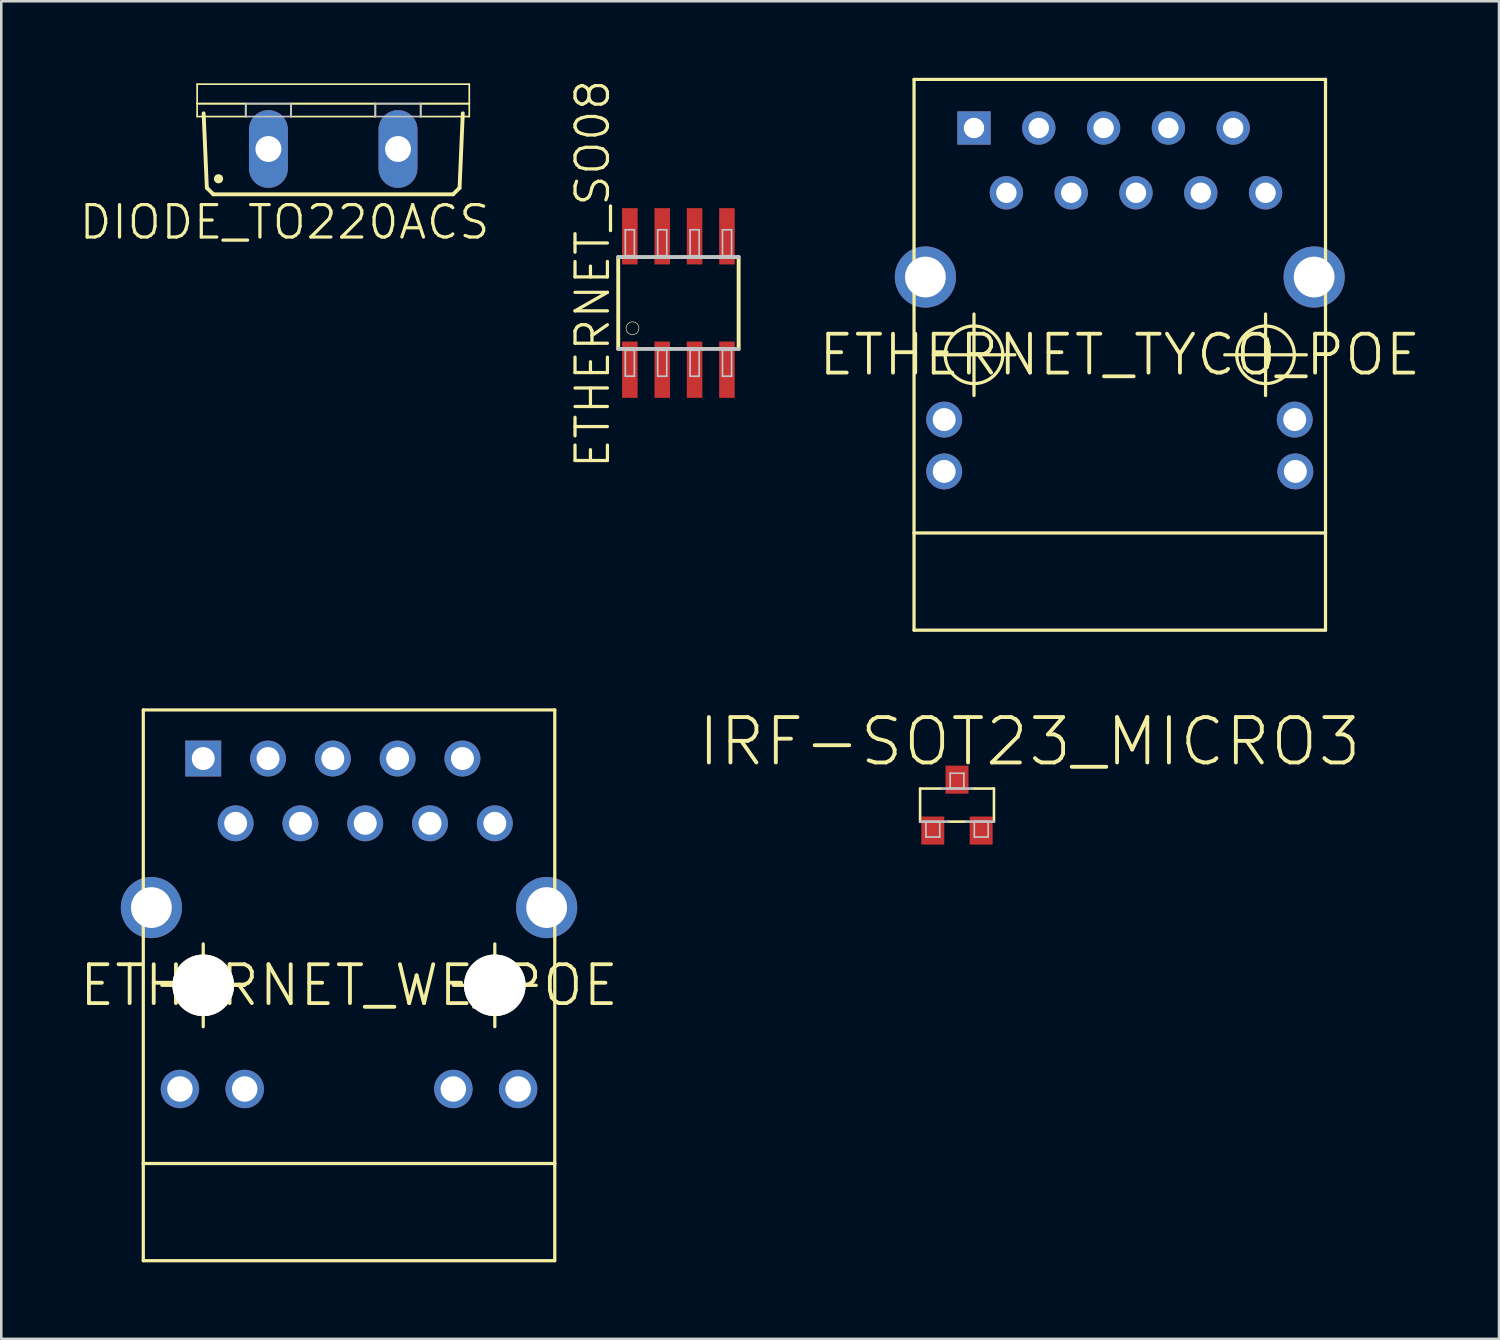
<source format=kicad_pcb>
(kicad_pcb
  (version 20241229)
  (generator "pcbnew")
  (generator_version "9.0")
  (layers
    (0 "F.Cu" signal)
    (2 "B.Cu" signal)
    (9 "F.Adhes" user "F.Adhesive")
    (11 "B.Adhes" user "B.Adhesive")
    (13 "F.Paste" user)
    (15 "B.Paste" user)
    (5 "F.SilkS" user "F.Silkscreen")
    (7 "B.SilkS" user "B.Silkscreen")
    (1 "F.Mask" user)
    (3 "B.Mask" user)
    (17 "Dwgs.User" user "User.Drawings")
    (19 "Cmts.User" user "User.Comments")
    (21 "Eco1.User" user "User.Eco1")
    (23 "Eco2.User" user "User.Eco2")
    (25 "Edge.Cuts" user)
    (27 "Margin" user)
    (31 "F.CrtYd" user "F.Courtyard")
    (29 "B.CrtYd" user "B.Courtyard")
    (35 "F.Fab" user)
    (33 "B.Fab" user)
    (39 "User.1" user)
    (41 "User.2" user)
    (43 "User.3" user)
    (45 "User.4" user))
  (footprint "ETHERNET_WE_POE"
    (layer "F.Cu")
    (at 10.632 35.575)
    (property "Reference" "ETHERNET_WE_POE" (at 0 0 0) (layer "F.SilkS") (effects (font (size 1.524 1.524) (thickness 0.15))))
    (attr exclude_from_pos_files exclude_from_bom)
    (fp_line (start -8.065 -10.795) (end -8.065 6.985) (stroke (width 0.127) (type solid)) (layer "F.SilkS"))
    (fp_line (start -8.065 6.985) (end -8.065 10.795) (stroke (width 0.127) (type solid)) (layer "F.SilkS"))
    (fp_line (start -8.065 10.795) (end 8.065 10.795) (stroke (width 0.127) (type solid)) (layer "F.SilkS"))
    (fp_line (start -7.338 0) (end -4.089 0) (stroke (width 0.127) (type solid)) (layer "F.SilkS"))
    (fp_line (start -5.715 1.623) (end -5.715 -1.623) (stroke (width 0.127) (type solid)) (layer "F.SilkS"))
    (fp_line (start 4.089 0) (end 7.338 0) (stroke (width 0.127) (type solid)) (layer "F.SilkS"))
    (fp_line (start 5.715 1.623) (end 5.715 -1.623) (stroke (width 0.127) (type solid)) (layer "F.SilkS"))
    (fp_line (start 8.065 -10.795) (end -8.065 -10.795) (stroke (width 0.127) (type solid)) (layer "F.SilkS"))
    (fp_line (start 8.065 6.985) (end -8.065 6.985) (stroke (width 0.127) (type solid)) (layer "F.SilkS"))
    (fp_line (start 8.065 6.985) (end 8.065 -10.795) (stroke (width 0.127) (type solid)) (layer "F.SilkS"))
    (fp_line (start 8.065 10.795) (end 8.065 6.985) (stroke (width 0.127) (type solid)) (layer "F.SilkS"))
    (fp_circle (center -5.715 0) (end -6.525 0.81) (stroke (width 0.127) (type solid)) (fill no) (layer "F.SilkS"))
    (fp_circle (center 5.715 0) (end 6.525 0.81) (stroke (width 0.127) (type solid)) (fill no) (layer "F.SilkS"))
    (pad "" thru_hole circle (at 5.715 0) (size 2.41 2.41) (drill 2.4) (layers "*.Cu"))
    (pad "1" thru_hole rect (at -5.715 -8.89) (size 1.407 1.407) (drill 0.899) (layers "*.Cu" "*.Paste" "*.Mask"))
    (pad "2" thru_hole circle (at -4.445 -6.35) (size 1.407 1.407) (drill 0.899) (layers "*.Cu" "*.Paste" "*.Mask"))
    (pad "3" thru_hole circle (at -3.175 -8.89) (size 1.407 1.407) (drill 0.899) (layers "*.Cu" "*.Paste" "*.Mask"))
    (pad "4" thru_hole circle (at -1.905 -6.35) (size 1.407 1.407) (drill 0.899) (layers "*.Cu" "*.Paste" "*.Mask"))
    (pad "5" thru_hole circle (at -0.635 -8.89) (size 1.407 1.407) (drill 0.899) (layers "*.Cu" "*.Paste" "*.Mask"))
    (pad "6" thru_hole circle (at 0.635 -6.35) (size 1.407 1.407) (drill 0.899) (layers "*.Cu" "*.Paste" "*.Mask"))
    (pad "7" thru_hole circle (at 1.905 -8.89) (size 1.407 1.407) (drill 0.899) (layers "*.Cu" "*.Paste" "*.Mask"))
    (pad "8" thru_hole circle (at 3.175 -6.35) (size 1.407 1.407) (drill 0.899) (layers "*.Cu" "*.Paste" "*.Mask"))
    (pad "9" thru_hole circle (at 4.445 -8.89) (size 1.407 1.407) (drill 0.899) (layers "*.Cu" "*.Paste" "*.Mask"))
    (pad "10" thru_hole circle (at 5.715 -6.35) (size 1.407 1.407) (drill 0.899) (layers "*.Cu" "*.Paste" "*.Mask"))
    (pad "L1_N" thru_hole circle (at -4.089 4.064) (size 1.506 1.506) (drill 0.998) (layers "*.Cu" "*.Paste" "*.Mask"))
    (pad "L1_P" thru_hole circle (at -6.629 4.064) (size 1.506 1.506) (drill 0.998) (layers "*.Cu" "*.Paste" "*.Mask"))
    (pad "L2_N" thru_hole circle (at 6.629 4.064) (size 1.506 1.506) (drill 0.998) (layers "*.Cu" "*.Paste" "*.Mask"))
    (pad "L2_P" thru_hole circle (at 4.089 4.064) (size 1.506 1.506) (drill 0.998) (layers "*.Cu" "*.Paste" "*.Mask"))
    (pad "NC0" thru_hole circle (at -7.747 -3.048) (size 2.398 2.398) (drill 1.598) (layers "*.Cu" "*.Paste" "*.Mask"))
    (pad "NC1" thru_hole circle (at 7.747 -3.048) (size 2.398 2.398) (drill 1.598) (layers "*.Cu" "*.Paste" "*.Mask"))
    (pad "~" thru_hole circle (at -5.715 0) (size 2.41 2.41) (drill 2.4) (layers "*.Cu")))
  (footprint "ETHERNET_TYCO_POE"
    (layer "F.Cu")
    (at 40.846 10.858)
    (property "Reference" "ETHERNET_TYCO_POE" (at 0 0 0) (layer "F.SilkS") (effects (font (size 1.524 1.524) (thickness 0.15))))
    (attr exclude_from_pos_files exclude_from_bom)
    (fp_line (start -8.065 -10.795) (end -8.065 6.985) (stroke (width 0.127) (type solid)) (layer "F.SilkS"))
    (fp_line (start -8.065 6.985) (end -8.065 10.795) (stroke (width 0.127) (type solid)) (layer "F.SilkS"))
    (fp_line (start -8.065 10.795) (end 8.065 10.795) (stroke (width 0.127) (type solid)) (layer "F.SilkS"))
    (fp_line (start -7.313 0) (end -4.115 0) (stroke (width 0.127) (type solid)) (layer "F.SilkS"))
    (fp_line (start -5.715 1.598) (end -5.715 -1.598) (stroke (width 0.127) (type solid)) (layer "F.SilkS"))
    (fp_line (start 4.115 0) (end 7.313 0) (stroke (width 0.127) (type solid)) (layer "F.SilkS"))
    (fp_line (start 5.715 1.598) (end 5.715 -1.598) (stroke (width 0.127) (type solid)) (layer "F.SilkS"))
    (fp_line (start 8.065 -10.795) (end -8.065 -10.795) (stroke (width 0.127) (type solid)) (layer "F.SilkS"))
    (fp_line (start 8.065 6.985) (end -8.065 6.985) (stroke (width 0.127) (type solid)) (layer "F.SilkS"))
    (fp_line (start 8.065 6.985) (end 8.065 -10.795) (stroke (width 0.127) (type solid)) (layer "F.SilkS"))
    (fp_line (start 8.065 10.795) (end 8.065 6.985) (stroke (width 0.127) (type solid)) (layer "F.SilkS"))
    (fp_circle (center -5.715 0) (end -6.513 0.798) (stroke (width 0.127) (type solid)) (fill no) (layer "F.SilkS"))
    (fp_circle (center 5.715 0) (end 6.513 0.798) (stroke (width 0.127) (type solid)) (fill no) (layer "F.SilkS"))
    (pad "1" thru_hole rect (at -5.715 -8.89) (size 1.306 1.306) (drill 0.798) (layers "*.Cu" "*.Paste" "*.Mask"))
    (pad "2" thru_hole circle (at -4.445 -6.35) (size 1.306 1.306) (drill 0.798) (layers "*.Cu" "*.Paste" "*.Mask"))
    (pad "3" thru_hole circle (at -3.175 -8.89) (size 1.306 1.306) (drill 0.798) (layers "*.Cu" "*.Paste" "*.Mask"))
    (pad "4" thru_hole circle (at -1.905 -6.35) (size 1.306 1.306) (drill 0.798) (layers "*.Cu" "*.Paste" "*.Mask"))
    (pad "5" thru_hole circle (at -0.635 -8.89) (size 1.306 1.306) (drill 0.798) (layers "*.Cu" "*.Paste" "*.Mask"))
    (pad "6" thru_hole circle (at 0.635 -6.35) (size 1.306 1.306) (drill 0.798) (layers "*.Cu" "*.Paste" "*.Mask"))
    (pad "7" thru_hole circle (at 1.905 -8.89) (size 1.306 1.306) (drill 0.798) (layers "*.Cu" "*.Paste" "*.Mask"))
    (pad "8" thru_hole circle (at 3.175 -6.35) (size 1.306 1.306) (drill 0.798) (layers "*.Cu" "*.Paste" "*.Mask"))
    (pad "9" thru_hole circle (at 4.445 -8.89) (size 1.306 1.306) (drill 0.798) (layers "*.Cu" "*.Paste" "*.Mask"))
    (pad "10" thru_hole circle (at 5.715 -6.35) (size 1.306 1.306) (drill 0.798) (layers "*.Cu" "*.Paste" "*.Mask"))
    (pad "LED1" thru_hole circle (at -6.883 2.54) (size 1.407 1.407) (drill 0.899) (layers "*.Cu" "*.Paste" "*.Mask"))
    (pad "LED1" thru_hole circle (at -6.883 4.572) (size 1.407 1.407) (drill 0.899) (layers "*.Cu" "*.Paste" "*.Mask"))
    (pad "LED2" thru_hole circle (at 6.858 2.54) (size 1.407 1.407) (drill 0.899) (layers "*.Cu" "*.Paste" "*.Mask"))
    (pad "LED2" thru_hole circle (at 6.883 4.572) (size 1.407 1.407) (drill 0.899) (layers "*.Cu" "*.Paste" "*.Mask"))
    (pad "NC0" thru_hole circle (at -7.62 -3.048) (size 2.398 2.398) (drill 1.598) (layers "*.Cu" "*.Paste" "*.Mask"))
    (pad "NC1" thru_hole circle (at 7.62 -3.048) (size 2.398 2.398) (drill 1.598) (layers "*.Cu" "*.Paste" "*.Mask")))
  (footprint "DIODE_TO220ACS"
    (layer "F.Cu")
    (at 10.012 0.25)
    (property "Reference" "DIODE_TO220ACS" (at -1.905 5.41 0) (layer "F.SilkS") (effects (font (size 1.27 1.27) (thickness 0.127))))
    (attr exclude_from_pos_files exclude_from_bom)
    (fp_line (start -5.334 0) (end 5.334 0) (stroke (width 0.066) (type solid)) (layer "F.SilkS"))
    (fp_line (start -5.334 0.762) (end -5.334 0) (stroke (width 0.066) (type solid)) (layer "F.SilkS"))
    (fp_line (start -5.334 0.762) (end -3.429 0.762) (stroke (width 0.066) (type solid)) (layer "F.SilkS"))
    (fp_line (start -5.334 0.762) (end 5.334 0.762) (stroke (width 0.066) (type solid)) (layer "F.SilkS"))
    (fp_line (start -5.334 1.27) (end -5.334 0.762) (stroke (width 0.066) (type solid)) (layer "F.SilkS"))
    (fp_line (start -5.334 1.27) (end -3.429 1.27) (stroke (width 0.066) (type solid)) (layer "F.SilkS"))
    (fp_line (start -4.953 4.064) (end -5.08 1.143) (stroke (width 0.152) (type solid)) (layer "F.SilkS"))
    (fp_line (start -4.953 4.064) (end -4.699 4.318) (stroke (width 0.152) (type solid)) (layer "F.SilkS"))
    (fp_line (start -3.429 1.27) (end -3.429 0.762) (stroke (width 0.066) (type solid)) (layer "F.SilkS"))
    (fp_line (start -1.651 0.762) (end 1.651 0.762) (stroke (width 0.066) (type solid)) (layer "F.SilkS"))
    (fp_line (start -1.651 1.27) (end -1.651 0.762) (stroke (width 0.066) (type solid)) (layer "F.SilkS"))
    (fp_line (start -1.651 1.27) (end 1.651 1.27) (stroke (width 0.066) (type solid)) (layer "F.SilkS"))
    (fp_line (start 1.651 1.27) (end 1.651 0.762) (stroke (width 0.066) (type solid)) (layer "F.SilkS"))
    (fp_line (start 3.429 0.762) (end 5.334 0.762) (stroke (width 0.066) (type solid)) (layer "F.SilkS"))
    (fp_line (start 3.429 1.27) (end 3.429 0.762) (stroke (width 0.066) (type solid)) (layer "F.SilkS"))
    (fp_line (start 3.429 1.27) (end 5.334 1.27) (stroke (width 0.066) (type solid)) (layer "F.SilkS"))
    (fp_line (start 4.699 4.318) (end -4.699 4.318) (stroke (width 0.152) (type solid)) (layer "F.SilkS"))
    (fp_line (start 4.699 4.318) (end 4.953 4.064) (stroke (width 0.152) (type solid)) (layer "F.SilkS"))
    (fp_line (start 5.08 1.143) (end 4.953 4.064) (stroke (width 0.152) (type solid)) (layer "F.SilkS"))
    (fp_line (start 5.334 0.762) (end 5.334 0) (stroke (width 0.066) (type solid)) (layer "F.SilkS"))
    (fp_line (start 5.334 1.27) (end 5.334 0.762) (stroke (width 0.066) (type solid)) (layer "F.SilkS"))
    (fp_circle (center -4.496 3.708) (end -4.623 3.835) (stroke (width 0) (type solid)) (fill yes) (layer "F.SilkS"))
    (fp_line (start -3.429 0.762) (end -1.651 0.762) (stroke (width 0.066) (type solid)) (layer "Dwgs.User"))
    (fp_line (start -3.429 1.27) (end -3.429 0.762) (stroke (width 0.066) (type solid)) (layer "Dwgs.User"))
    (fp_line (start -3.429 1.27) (end -1.651 1.27) (stroke (width 0.066) (type solid)) (layer "Dwgs.User"))
    (fp_line (start -1.651 1.27) (end -1.651 0.762) (stroke (width 0.066) (type solid)) (layer "Dwgs.User"))
    (fp_line (start 1.651 0.762) (end 3.429 0.762) (stroke (width 0.066) (type solid)) (layer "Dwgs.User"))
    (fp_line (start 1.651 1.27) (end 1.651 0.762) (stroke (width 0.066) (type solid)) (layer "Dwgs.User"))
    (fp_line (start 1.651 1.27) (end 3.429 1.27) (stroke (width 0.066) (type solid)) (layer "Dwgs.User"))
    (fp_line (start 3.429 1.27) (end 3.429 0.762) (stroke (width 0.066) (type solid)) (layer "Dwgs.User"))
    (pad "A" thru_hole oval (at 2.54 2.54 180) (size 1.524 3.048) (drill 1.016) (layers "*.Cu" "*.Paste" "*.Mask"))
    (pad "C" thru_hole oval (at -2.54 2.54 180) (size 1.524 3.048) (drill 1.016) (layers "*.Cu" "*.Paste" "*.Mask")))
  (footprint "IRF-SOT23_MICRO3"
    (layer "F.Cu")
    (at 34.466 28.511)
    (property "Reference" "IRF-SOT23_MICRO3" (at 2.845 -2.487 0) (layer "F.SilkS") (effects (font (size 1.778 1.778) (thickness 0.152))))
    (attr smd)
    (fp_line (start -1.448 -0.648) (end -0.599 -0.648) (stroke (width 0.102) (type solid)) (layer "F.SilkS"))
    (fp_line (start -1.448 0.648) (end -1.448 -0.648) (stroke (width 0.102) (type solid)) (layer "F.SilkS"))
    (fp_line (start 0.348 0.648) (end -0.348 0.648) (stroke (width 0.102) (type solid)) (layer "F.SilkS"))
    (fp_line (start 0.599 -0.648) (end 1.448 -0.648) (stroke (width 0.102) (type solid)) (layer "F.SilkS"))
    (fp_line (start 1.448 -0.648) (end 1.448 0.648) (stroke (width 0.102) (type solid)) (layer "F.SilkS"))
    (fp_line (start -1.219 0.648) (end -0.678 0.648) (stroke (width 0.066) (type solid)) (layer "Dwgs.User"))
    (fp_line (start -1.219 1.25) (end -1.219 0.648) (stroke (width 0.066) (type solid)) (layer "Dwgs.User"))
    (fp_line (start -1.219 1.25) (end -0.678 1.25) (stroke (width 0.066) (type solid)) (layer "Dwgs.User"))
    (fp_line (start -0.678 1.25) (end -0.678 0.648) (stroke (width 0.066) (type solid)) (layer "Dwgs.User"))
    (fp_line (start -0.599 -0.648) (end 0.599 -0.648) (stroke (width 0.102) (type solid)) (layer "Dwgs.User"))
    (fp_line (start -0.348 0.648) (end -1.448 0.648) (stroke (width 0.102) (type solid)) (layer "Dwgs.User"))
    (fp_line (start -0.269 -1.25) (end 0.269 -1.25) (stroke (width 0.066) (type solid)) (layer "Dwgs.User"))
    (fp_line (start -0.269 -0.658) (end -0.269 -1.25) (stroke (width 0.066) (type solid)) (layer "Dwgs.User"))
    (fp_line (start -0.269 -0.658) (end 0.269 -0.658) (stroke (width 0.066) (type solid)) (layer "Dwgs.User"))
    (fp_line (start 0.269 -0.658) (end 0.269 -1.25) (stroke (width 0.066) (type solid)) (layer "Dwgs.User"))
    (fp_line (start 0.678 0.638) (end 1.219 0.638) (stroke (width 0.066) (type solid)) (layer "Dwgs.User"))
    (fp_line (start 0.678 1.25) (end 0.678 0.638) (stroke (width 0.066) (type solid)) (layer "Dwgs.User"))
    (fp_line (start 0.678 1.25) (end 1.219 1.25) (stroke (width 0.066) (type solid)) (layer "Dwgs.User"))
    (fp_line (start 1.219 1.25) (end 1.219 0.638) (stroke (width 0.066) (type solid)) (layer "Dwgs.User"))
    (fp_line (start 1.448 0.648) (end 0.348 0.648) (stroke (width 0.102) (type solid)) (layer "Dwgs.User"))
    (pad "1" smd rect (at -0.95 0.998) (size 0.899 1.1) (layers "F.Cu" "F.Mask" "F.Paste"))
    (pad "2" smd rect (at 0.947 0.998) (size 0.899 1.1) (layers "F.Cu" "F.Mask" "F.Paste"))
    (pad "3" smd rect (at 0 -0.998) (size 0.899 1.1) (layers "F.Cu" "F.Mask" "F.Paste")))
  (footprint "ETHERNET_SO08"
    (layer "F.Cu")
    (at 23.545 8.827)
    (property "Reference" "ETHERNET_SO08" (at -3.365 -1.143 90) (layer "F.SilkS") (effects (font (size 1.27 1.27) (thickness 0.127))))
    (attr smd)
    (fp_line (start -2.36 -1.801) (end -2.36 1.801) (stroke (width 0.152) (type solid)) (layer "F.SilkS"))
    (fp_line (start 2.36 1.801) (end 2.36 -1.801) (stroke (width 0.152) (type solid)) (layer "F.SilkS"))
    (fp_circle (center -1.801 0.991) (end -1.979 1.168) (stroke (width 0.025) (type solid)) (fill no) (layer "F.SilkS"))
    (fp_line (start -2.36 1.801) (end 2.36 1.801) (stroke (width 0.152) (type solid)) (layer "Dwgs.User"))
    (fp_line (start -2.083 -2.87) (end -1.727 -2.87) (stroke (width 0.066) (type solid)) (layer "Dwgs.User"))
    (fp_line (start -2.083 -1.854) (end -2.083 -2.87) (stroke (width 0.066) (type solid)) (layer "Dwgs.User"))
    (fp_line (start -2.083 -1.854) (end -1.727 -1.854) (stroke (width 0.066) (type solid)) (layer "Dwgs.User"))
    (fp_line (start -2.083 1.854) (end -1.727 1.854) (stroke (width 0.066) (type solid)) (layer "Dwgs.User"))
    (fp_line (start -2.083 2.87) (end -2.083 1.854) (stroke (width 0.066) (type solid)) (layer "Dwgs.User"))
    (fp_line (start -2.083 2.87) (end -1.727 2.87) (stroke (width 0.066) (type solid)) (layer "Dwgs.User"))
    (fp_line (start -1.727 -1.854) (end -1.727 -2.87) (stroke (width 0.066) (type solid)) (layer "Dwgs.User"))
    (fp_line (start -1.727 2.87) (end -1.727 1.854) (stroke (width 0.066) (type solid)) (layer "Dwgs.User"))
    (fp_line (start -0.813 -2.87) (end -0.457 -2.87) (stroke (width 0.066) (type solid)) (layer "Dwgs.User"))
    (fp_line (start -0.813 -1.854) (end -0.813 -2.87) (stroke (width 0.066) (type solid)) (layer "Dwgs.User"))
    (fp_line (start -0.813 -1.854) (end -0.457 -1.854) (stroke (width 0.066) (type solid)) (layer "Dwgs.User"))
    (fp_line (start -0.813 1.854) (end -0.457 1.854) (stroke (width 0.066) (type solid)) (layer "Dwgs.User"))
    (fp_line (start -0.813 2.87) (end -0.813 1.854) (stroke (width 0.066) (type solid)) (layer "Dwgs.User"))
    (fp_line (start -0.813 2.87) (end -0.457 2.87) (stroke (width 0.066) (type solid)) (layer "Dwgs.User"))
    (fp_line (start -0.457 -1.854) (end -0.457 -2.87) (stroke (width 0.066) (type solid)) (layer "Dwgs.User"))
    (fp_line (start -0.457 2.87) (end -0.457 1.854) (stroke (width 0.066) (type solid)) (layer "Dwgs.User"))
    (fp_line (start 0.457 -2.87) (end 0.813 -2.87) (stroke (width 0.066) (type solid)) (layer "Dwgs.User"))
    (fp_line (start 0.457 -1.854) (end 0.457 -2.87) (stroke (width 0.066) (type solid)) (layer "Dwgs.User"))
    (fp_line (start 0.457 -1.854) (end 0.813 -1.854) (stroke (width 0.066) (type solid)) (layer "Dwgs.User"))
    (fp_line (start 0.457 1.854) (end 0.813 1.854) (stroke (width 0.066) (type solid)) (layer "Dwgs.User"))
    (fp_line (start 0.457 2.87) (end 0.457 1.854) (stroke (width 0.066) (type solid)) (layer "Dwgs.User"))
    (fp_line (start 0.457 2.87) (end 0.813 2.87) (stroke (width 0.066) (type solid)) (layer "Dwgs.User"))
    (fp_line (start 0.813 -1.854) (end 0.813 -2.87) (stroke (width 0.066) (type solid)) (layer "Dwgs.User"))
    (fp_line (start 0.813 2.87) (end 0.813 1.854) (stroke (width 0.066) (type solid)) (layer "Dwgs.User"))
    (fp_line (start 1.727 -2.87) (end 2.083 -2.87) (stroke (width 0.066) (type solid)) (layer "Dwgs.User"))
    (fp_line (start 1.727 -1.854) (end 1.727 -2.87) (stroke (width 0.066) (type solid)) (layer "Dwgs.User"))
    (fp_line (start 1.727 -1.854) (end 2.083 -1.854) (stroke (width 0.066) (type solid)) (layer "Dwgs.User"))
    (fp_line (start 1.727 1.854) (end 2.083 1.854) (stroke (width 0.066) (type solid)) (layer "Dwgs.User"))
    (fp_line (start 1.727 2.87) (end 1.727 1.854) (stroke (width 0.066) (type solid)) (layer "Dwgs.User"))
    (fp_line (start 1.727 2.87) (end 2.083 2.87) (stroke (width 0.066) (type solid)) (layer "Dwgs.User"))
    (fp_line (start 2.083 -1.854) (end 2.083 -2.87) (stroke (width 0.066) (type solid)) (layer "Dwgs.User"))
    (fp_line (start 2.083 2.87) (end 2.083 1.854) (stroke (width 0.066) (type solid)) (layer "Dwgs.User"))
    (fp_line (start 2.36 -1.801) (end -2.36 -1.801) (stroke (width 0.152) (type solid)) (layer "Dwgs.User"))
    (pad "1" smd rect (at -1.905 2.616) (size 0.61 2.207) (layers "F.Cu" "F.Mask" "F.Paste"))
    (pad "2" smd rect (at -0.635 2.616) (size 0.61 2.207) (layers "F.Cu" "F.Mask" "F.Paste"))
    (pad "3" smd rect (at 0.632 2.616) (size 0.61 2.207) (layers "F.Cu" "F.Mask" "F.Paste"))
    (pad "4" smd rect (at 1.902 2.616) (size 0.61 2.207) (layers "F.Cu" "F.Mask" "F.Paste"))
    (pad "5" smd rect (at 1.902 -2.614) (size 0.61 2.207) (layers "F.Cu" "F.Mask" "F.Paste"))
    (pad "6" smd rect (at 0.632 -2.614) (size 0.61 2.207) (layers "F.Cu" "F.Mask" "F.Paste"))
    (pad "7" smd rect (at -0.635 -2.614) (size 0.61 2.207) (layers "F.Cu" "F.Mask" "F.Paste"))
    (pad "8" smd rect (at -1.905 -2.614) (size 0.61 2.207) (layers "F.Cu" "F.Mask" "F.Paste")))
  (gr_rect
    (start -3 -3)
    (end 55.712 49.434)
    (stroke (width 0.1) (type default))
    (fill no)
    (layer "Edge.Cuts")))
</source>
